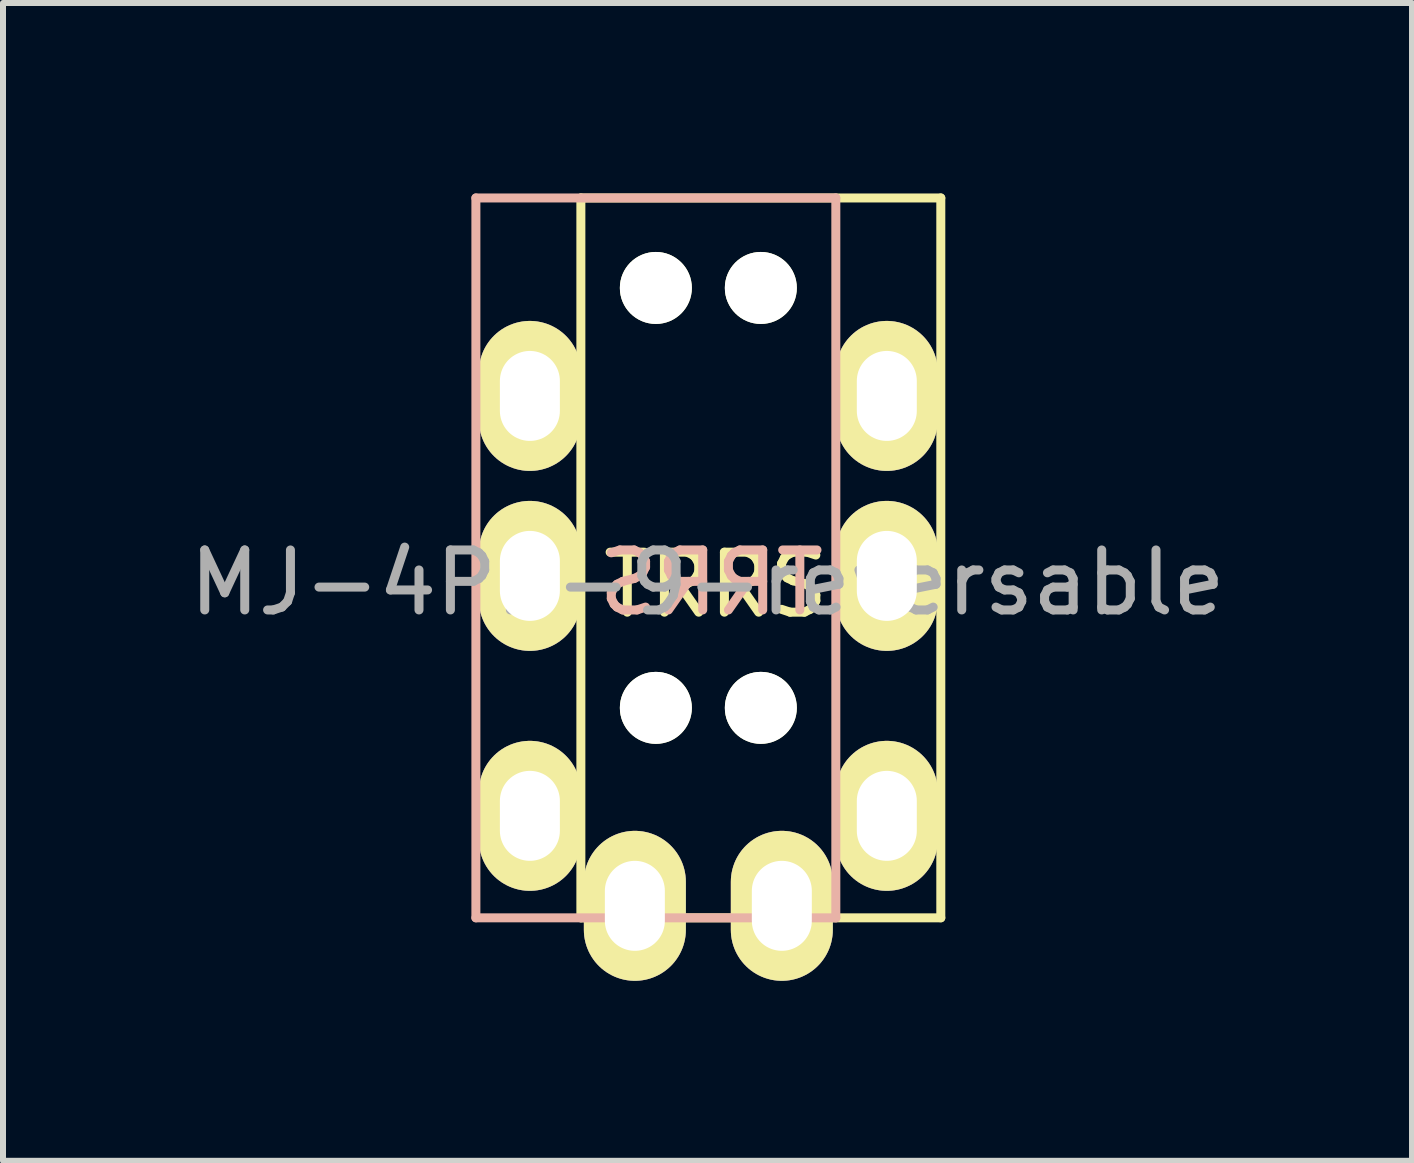
<source format=kicad_pcb>
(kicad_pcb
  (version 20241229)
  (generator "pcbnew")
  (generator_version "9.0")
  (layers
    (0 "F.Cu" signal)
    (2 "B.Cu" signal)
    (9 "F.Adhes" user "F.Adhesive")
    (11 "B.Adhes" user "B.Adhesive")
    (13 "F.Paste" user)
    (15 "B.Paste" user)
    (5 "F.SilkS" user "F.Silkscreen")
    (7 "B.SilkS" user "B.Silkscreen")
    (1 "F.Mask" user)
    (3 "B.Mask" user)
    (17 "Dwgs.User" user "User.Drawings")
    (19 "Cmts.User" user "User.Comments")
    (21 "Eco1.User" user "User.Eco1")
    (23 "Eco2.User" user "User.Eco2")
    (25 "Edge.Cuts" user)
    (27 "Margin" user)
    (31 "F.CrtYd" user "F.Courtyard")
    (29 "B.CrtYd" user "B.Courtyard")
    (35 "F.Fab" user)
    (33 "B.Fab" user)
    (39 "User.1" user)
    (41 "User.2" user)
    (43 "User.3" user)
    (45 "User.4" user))
  (footprint "MJ-4PP-9-reversable"
    (layer "F.Cu")
    (at 9.633 0.25)
    (property "Reference" "MJ-4PP-9-reversable" (at -0.889 6.413 0) (layer "F.Fab") (effects (font (size 1 1) (thickness 0.15))))
    (attr through_hole)
    (fp_line (start -3 0) (end 3 0) (stroke (width 0.15) (type solid)) (layer "F.SilkS"))
    (fp_line (start -3 12) (end -3 0) (stroke (width 0.15) (type solid)) (layer "F.SilkS"))
    (fp_line (start 3 0) (end 3 12) (stroke (width 0.15) (type solid)) (layer "F.SilkS"))
    (fp_line (start 3 12) (end -3 12) (stroke (width 0.15) (type solid)) (layer "F.SilkS"))
    (fp_line (start -4.75 0) (end 1.25 0) (stroke (width 0.15) (type solid)) (layer "B.SilkS"))
    (fp_line (start -4.75 12) (end -4.75 0) (stroke (width 0.15) (type solid)) (layer "B.SilkS"))
    (fp_line (start 1.25 0) (end 1.25 12) (stroke (width 0.15) (type solid)) (layer "B.SilkS"))
    (fp_line (start 1.25 12) (end -4.75 12) (stroke (width 0.15) (type solid)) (layer "B.SilkS"))
    (fp_text user "TRRS" (at -0.75 6.45 0) (layer "F.SilkS") (effects (font (size 1 1) (thickness 0.15))))
    (fp_text user "TRRS" (at -0.826 6.413 0) (layer "B.SilkS") (effects (font (size 1 1) (thickness 0.15)) (justify mirror)))
    (pad "" np_thru_hole circle (at -1.75 1.5) (size 1.2 1.2) (drill 1.2) (layers "*.Cu" "*.Mask" "F.SilkS"))
    (pad "" np_thru_hole circle (at -1.75 8.5) (size 1.2 1.2) (drill 1.2) (layers "*.Cu" "*.Mask" "F.SilkS"))
    (pad "" np_thru_hole circle (at 0 1.5) (size 1.2 1.2) (drill 1.2) (layers "*.Cu" "*.Mask" "F.SilkS"))
    (pad "" np_thru_hole circle (at 0 8.5) (size 1.2 1.2) (drill 1.2) (layers "*.Cu" "*.Mask" "F.SilkS"))
    (pad "1" thru_hole oval (at -3.85 10.3) (size 1.7 2.5) (drill oval 1 1.5) (layers "*.Cu" "*.Mask" "F.SilkS"))
    (pad "1" thru_hole oval (at 2.1 10.3) (size 1.7 2.5) (drill oval 1 1.5) (layers "*.Cu" "*.Mask" "F.SilkS"))
    (pad "2" thru_hole oval (at -3.85 6.3) (size 1.7 2.5) (drill oval 1 1.5) (layers "*.Cu" "*.Mask" "F.SilkS"))
    (pad "2" thru_hole oval (at 2.1 6.3) (size 1.7 2.5) (drill oval 1 1.5) (layers "*.Cu" "*.Mask" "F.SilkS"))
    (pad "3" thru_hole oval (at -3.85 3.3) (size 1.7 2.5) (drill oval 1 1.5) (layers "*.Cu" "*.Mask" "F.SilkS"))
    (pad "3" thru_hole oval (at 2.1 3.3) (size 1.7 2.5) (drill oval 1 1.5) (layers "*.Cu" "*.Mask" "F.SilkS"))
    (pad "4" thru_hole oval (at -2.1 11.8) (size 1.7 2.5) (drill oval 1 1.5) (layers "*.Cu" "*.Mask" "F.SilkS"))
    (pad "4" thru_hole oval (at 0.35 11.8) (size 1.7 2.5) (drill oval 1 1.5) (layers "*.Cu" "*.Mask" "F.SilkS")))
  (gr_rect
    (start -3 -3)
    (end 20.488 16.3)
    (stroke (width 0.1) (type default))
    (fill no)
    (layer "Edge.Cuts")))
</source>
